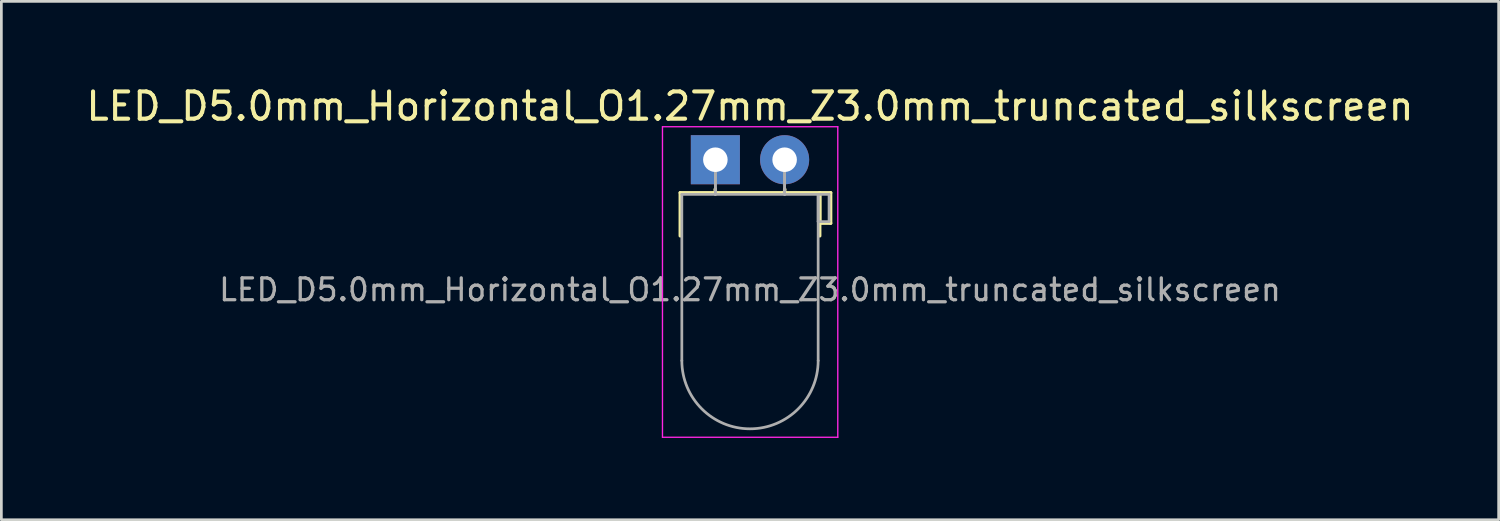
<source format=kicad_pcb>
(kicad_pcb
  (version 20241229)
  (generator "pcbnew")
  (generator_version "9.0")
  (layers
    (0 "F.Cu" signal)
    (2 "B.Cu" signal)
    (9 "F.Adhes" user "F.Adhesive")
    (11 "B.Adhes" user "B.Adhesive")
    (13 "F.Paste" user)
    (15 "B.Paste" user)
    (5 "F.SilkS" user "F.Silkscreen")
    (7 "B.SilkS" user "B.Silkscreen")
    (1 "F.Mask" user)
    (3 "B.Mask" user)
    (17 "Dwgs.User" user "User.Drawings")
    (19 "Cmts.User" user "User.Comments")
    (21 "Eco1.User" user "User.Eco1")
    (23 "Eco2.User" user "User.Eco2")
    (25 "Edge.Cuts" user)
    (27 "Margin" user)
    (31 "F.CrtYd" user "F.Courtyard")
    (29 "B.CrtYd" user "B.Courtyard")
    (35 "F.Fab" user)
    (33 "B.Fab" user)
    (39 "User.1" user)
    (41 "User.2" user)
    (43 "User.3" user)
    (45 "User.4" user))
  (footprint "LED_D5.0mm_Horizontal_O1.27mm_Z3.0mm_truncated_silkscreen"
    (layer "F.Cu")
    (at 23.188 2.808)
    (property "Reference" "LED_D5.0mm_Horizontal_O1.27mm_Z3.0mm_truncated_silkscreen" (at 1.27 -1.96 0) (layer "F.SilkS") (effects (font (size 1 1) (thickness 0.15))))
    (attr through_hole)
    (fp_line (start -1.29 1.21) (end -1.29 2.794) (stroke (width 0.12) (type solid)) (layer "F.SilkS"))
    (fp_line (start -1.29 1.21) (end 3.83 1.21) (stroke (width 0.12) (type solid)) (layer "F.SilkS"))
    (fp_line (start 0 1.08) (end 0 1.08) (stroke (width 0.12) (type solid)) (layer "F.SilkS"))
    (fp_line (start 0 1.08) (end 0 1.21) (stroke (width 0.12) (type solid)) (layer "F.SilkS"))
    (fp_line (start 0 1.21) (end 0 1.08) (stroke (width 0.12) (type solid)) (layer "F.SilkS"))
    (fp_line (start 0 1.21) (end 0 1.21) (stroke (width 0.12) (type solid)) (layer "F.SilkS"))
    (fp_line (start 2.54 1.08) (end 2.54 1.08) (stroke (width 0.12) (type solid)) (layer "F.SilkS"))
    (fp_line (start 2.54 1.08) (end 2.54 1.21) (stroke (width 0.12) (type solid)) (layer "F.SilkS"))
    (fp_line (start 2.54 1.21) (end 2.54 1.08) (stroke (width 0.12) (type solid)) (layer "F.SilkS"))
    (fp_line (start 2.54 1.21) (end 2.54 1.21) (stroke (width 0.12) (type solid)) (layer "F.SilkS"))
    (fp_line (start 3.83 1.21) (end 3.83 2.794) (stroke (width 0.12) (type solid)) (layer "F.SilkS"))
    (fp_line (start 3.83 1.21) (end 4.23 1.21) (stroke (width 0.12) (type solid)) (layer "F.SilkS"))
    (fp_line (start 3.83 2.33) (end 3.83 1.21) (stroke (width 0.12) (type solid)) (layer "F.SilkS"))
    (fp_line (start 4.23 1.21) (end 4.23 2.33) (stroke (width 0.12) (type solid)) (layer "F.SilkS"))
    (fp_line (start 4.23 2.33) (end 3.83 2.33) (stroke (width 0.12) (type solid)) (layer "F.SilkS"))
    (fp_line (start -1.94 -1.21) (end -1.94 10.18) (stroke (width 0.05) (type solid)) (layer "F.CrtYd"))
    (fp_line (start -1.94 10.18) (end 4.49 10.18) (stroke (width 0.05) (type solid)) (layer "F.CrtYd"))
    (fp_line (start 4.49 -1.21) (end -1.94 -1.21) (stroke (width 0.05) (type solid)) (layer "F.CrtYd"))
    (fp_line (start 4.49 10.18) (end 4.49 -1.21) (stroke (width 0.05) (type solid)) (layer "F.CrtYd"))
    (fp_line (start -1.23 1.27) (end -1.23 7.37) (stroke (width 0.1) (type solid)) (layer "F.Fab"))
    (fp_line (start -1.23 1.27) (end 3.77 1.27) (stroke (width 0.1) (type solid)) (layer "F.Fab"))
    (fp_line (start 0 0) (end 0 0) (stroke (width 0.1) (type solid)) (layer "F.Fab"))
    (fp_line (start 0 0) (end 0 1.27) (stroke (width 0.1) (type solid)) (layer "F.Fab"))
    (fp_line (start 0 1.27) (end 0 0) (stroke (width 0.1) (type solid)) (layer "F.Fab"))
    (fp_line (start 0 1.27) (end 0 1.27) (stroke (width 0.1) (type solid)) (layer "F.Fab"))
    (fp_line (start 2.54 0) (end 2.54 0) (stroke (width 0.1) (type solid)) (layer "F.Fab"))
    (fp_line (start 2.54 0) (end 2.54 1.27) (stroke (width 0.1) (type solid)) (layer "F.Fab"))
    (fp_line (start 2.54 1.27) (end 2.54 0) (stroke (width 0.1) (type solid)) (layer "F.Fab"))
    (fp_line (start 2.54 1.27) (end 2.54 1.27) (stroke (width 0.1) (type solid)) (layer "F.Fab"))
    (fp_line (start 3.77 1.27) (end 3.77 7.37) (stroke (width 0.1) (type solid)) (layer "F.Fab"))
    (fp_line (start 3.77 1.27) (end 4.17 1.27) (stroke (width 0.1) (type solid)) (layer "F.Fab"))
    (fp_line (start 3.77 2.27) (end 3.77 1.27) (stroke (width 0.1) (type solid)) (layer "F.Fab"))
    (fp_line (start 4.17 1.27) (end 4.17 2.27) (stroke (width 0.1) (type solid)) (layer "F.Fab"))
    (fp_line (start 4.17 2.27) (end 3.77 2.27) (stroke (width 0.1) (type solid)) (layer "F.Fab"))
    (fp_arc (start 3.77 7.37) (mid 1.27 9.87) (end -1.23 7.37) (stroke (width 0.1) (type solid)) (layer "F.Fab"))
    (fp_text user "${REFERENCE}" (at 1.27 4.77 0) (layer "F.Fab") (effects (font (size 0.8 0.8) (thickness 0.12))))
    (pad "1" thru_hole rect (at 0 0) (size 1.8 1.8) (drill 0.9) (layers "*.Cu" "*.Mask"))
    (pad "2" thru_hole circle (at 2.54 0) (size 1.8 1.8) (drill 0.9) (layers "*.Cu" "*.Mask")))
  (gr_rect
    (start -3 -3)
    (end 51.917 16.013)
    (stroke (width 0.1) (type default))
    (fill no)
    (layer "Edge.Cuts")))
</source>
